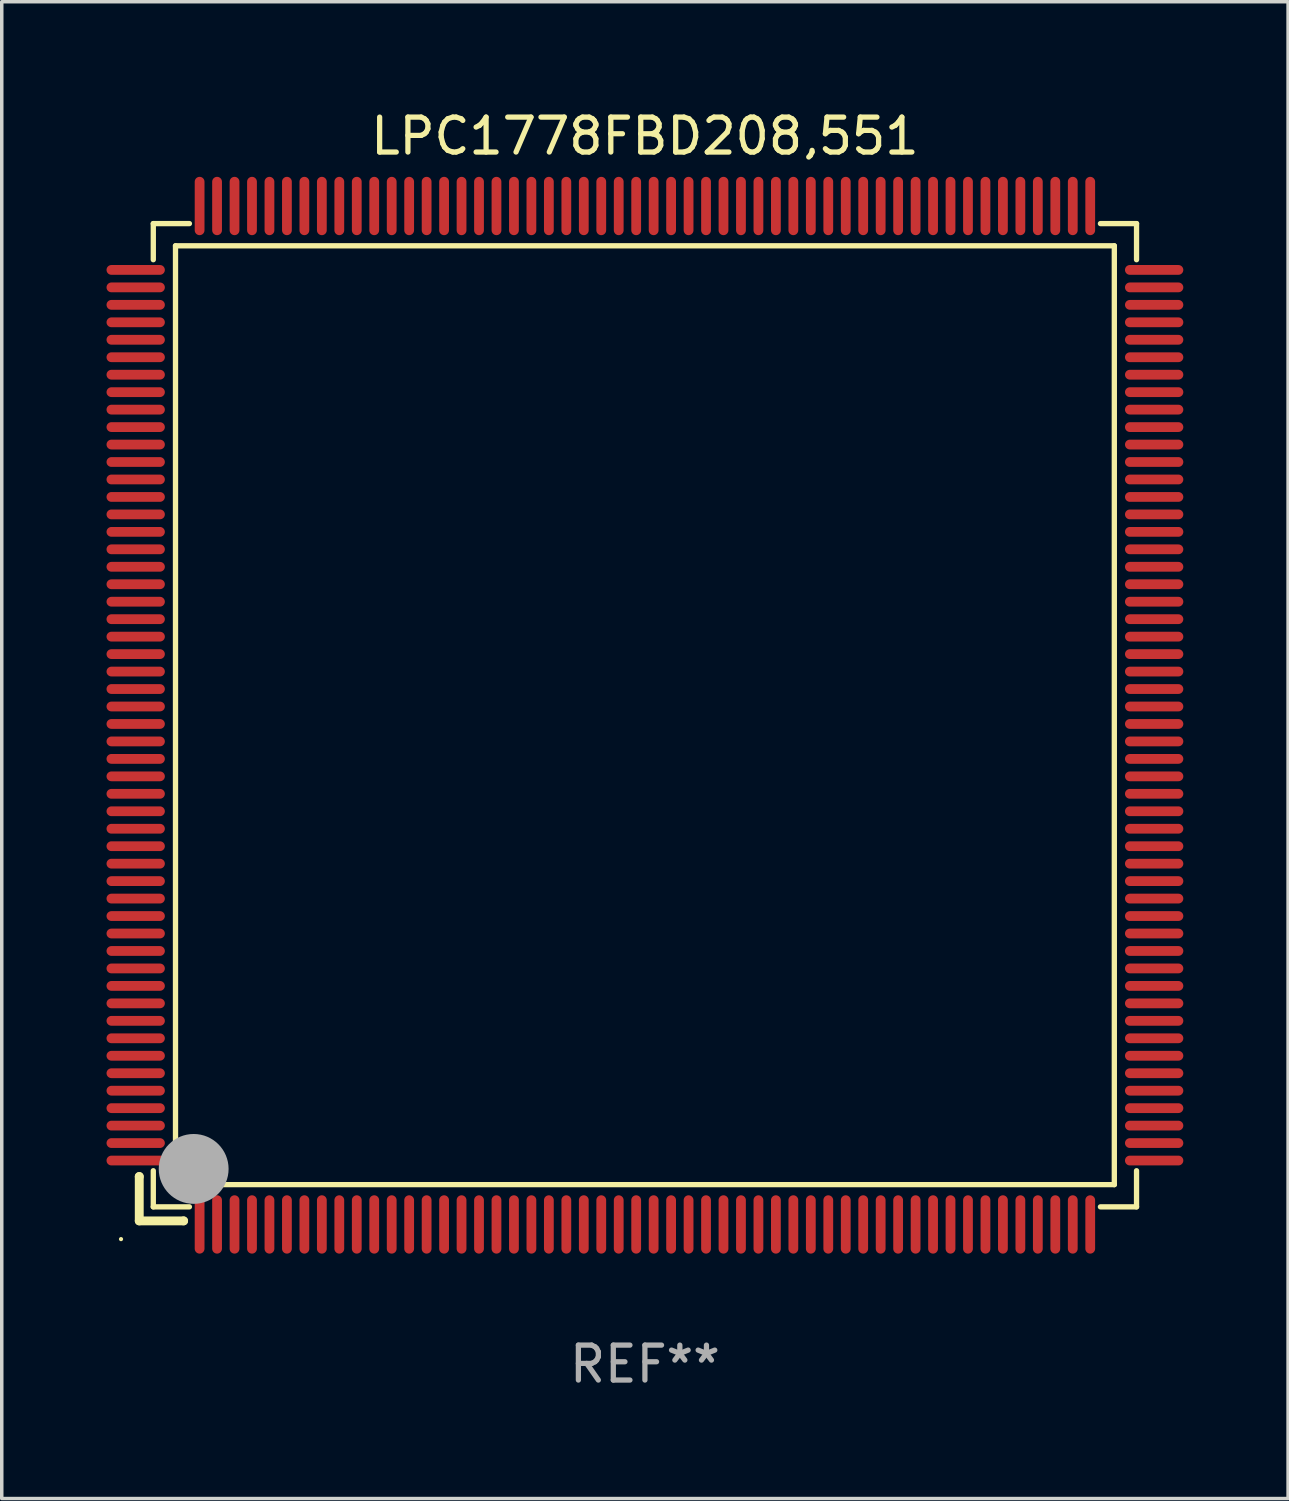
<source format=kicad_pcb>
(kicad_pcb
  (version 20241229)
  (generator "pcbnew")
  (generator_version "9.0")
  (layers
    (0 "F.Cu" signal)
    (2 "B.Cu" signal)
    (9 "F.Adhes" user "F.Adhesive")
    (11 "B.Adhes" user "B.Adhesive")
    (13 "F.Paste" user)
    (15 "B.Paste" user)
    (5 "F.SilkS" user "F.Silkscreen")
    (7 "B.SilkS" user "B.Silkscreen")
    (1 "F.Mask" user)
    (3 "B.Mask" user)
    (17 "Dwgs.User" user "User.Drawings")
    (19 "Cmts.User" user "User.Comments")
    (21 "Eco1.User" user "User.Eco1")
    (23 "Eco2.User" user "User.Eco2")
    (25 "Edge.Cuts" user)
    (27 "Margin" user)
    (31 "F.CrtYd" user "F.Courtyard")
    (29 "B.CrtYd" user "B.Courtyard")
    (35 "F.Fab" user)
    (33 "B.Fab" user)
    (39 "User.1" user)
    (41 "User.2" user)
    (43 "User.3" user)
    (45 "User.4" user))
  (footprint "LPC1778FBD208,551"
    (layer "F.Cu")
    (at 15.415 17.428)
    (property "Reference" "LPC1778FBD208,551" (at 0 -16.58 0) (layer "F.SilkS") (effects (font (size 1 1) (thickness 0.15))))
    (attr through_hole)
    (fp_line (start -14.478 13.208) (end -14.478 13.208) (stroke (width 0.254) (type solid)) (layer "F.SilkS"))
    (fp_line (start -14.478 13.208) (end -14.478 14.478) (stroke (width 0.254) (type solid)) (layer "F.SilkS"))
    (fp_line (start -14.478 14.478) (end -13.208 14.478) (stroke (width 0.254) (type solid)) (layer "F.SilkS"))
    (fp_line (start -14.076 -14.076) (end -14.076 -13.042) (stroke (width 0.152) (type solid)) (layer "F.SilkS"))
    (fp_line (start -14.076 14.076) (end -14.076 13.042) (stroke (width 0.152) (type solid)) (layer "F.SilkS"))
    (fp_line (start -13.44 -13.44) (end 13.44 -13.44) (stroke (width 0.152) (type solid)) (layer "F.SilkS"))
    (fp_line (start -13.44 13.44) (end -13.44 -13.44) (stroke (width 0.152) (type solid)) (layer "F.SilkS"))
    (fp_line (start -13.208 14.478) (end -13.208 14.478) (stroke (width 0.254) (type solid)) (layer "F.SilkS"))
    (fp_line (start -13.042 -14.076) (end -14.076 -14.076) (stroke (width 0.152) (type solid)) (layer "F.SilkS"))
    (fp_line (start -13.042 14.076) (end -14.076 14.076) (stroke (width 0.152) (type solid)) (layer "F.SilkS"))
    (fp_line (start 13.042 -14.076) (end 14.076 -14.076) (stroke (width 0.152) (type solid)) (layer "F.SilkS"))
    (fp_line (start 13.042 14.076) (end 14.076 14.076) (stroke (width 0.152) (type solid)) (layer "F.SilkS"))
    (fp_line (start 13.44 -13.44) (end 13.44 13.44) (stroke (width 0.152) (type solid)) (layer "F.SilkS"))
    (fp_line (start 13.44 13.44) (end -13.44 13.44) (stroke (width 0.152) (type solid)) (layer "F.SilkS"))
    (fp_line (start 14.076 -14.076) (end 14.076 -13.042) (stroke (width 0.152) (type solid)) (layer "F.SilkS"))
    (fp_line (start 14.076 14.076) (end 14.076 13.042) (stroke (width 0.152) (type solid)) (layer "F.SilkS"))
    (fp_circle (center -15 15) (end -14.97 15) (stroke (width 0.06) (type solid)) (fill no) (layer "F.SilkS"))
    (fp_circle (center -13.138 13.138) (end -13.063 13.138) (stroke (width 0.15) (type solid)) (fill no) (layer "F.SilkS"))
    (fp_circle (center -12.92 12.99) (end -12.42 12.99) (stroke (width 1) (type solid)) (fill no) (layer "F.Fab"))
    (fp_text user "REF**" (at 0 18.58 0) (layer "F.Fab") (effects (font (size 1 1) (thickness 0.15))))
    (pad "1" smd oval (at -12.75 14.58) (size 0.28 1.67) (layers "F.Cu" "F.Mask" "F.Paste"))
    (pad "2" smd oval (at -12.25 14.58) (size 0.28 1.67) (layers "F.Cu" "F.Mask" "F.Paste"))
    (pad "3" smd oval (at -11.75 14.58) (size 0.28 1.67) (layers "F.Cu" "F.Mask" "F.Paste"))
    (pad "4" smd oval (at -11.25 14.58) (size 0.28 1.67) (layers "F.Cu" "F.Mask" "F.Paste"))
    (pad "5" smd oval (at -10.75 14.58) (size 0.28 1.67) (layers "F.Cu" "F.Mask" "F.Paste"))
    (pad "6" smd oval (at -10.25 14.58) (size 0.28 1.67) (layers "F.Cu" "F.Mask" "F.Paste"))
    (pad "7" smd oval (at -9.75 14.58) (size 0.28 1.67) (layers "F.Cu" "F.Mask" "F.Paste"))
    (pad "8" smd oval (at -9.25 14.58) (size 0.28 1.67) (layers "F.Cu" "F.Mask" "F.Paste"))
    (pad "9" smd oval (at -8.75 14.58) (size 0.28 1.67) (layers "F.Cu" "F.Mask" "F.Paste"))
    (pad "10" smd oval (at -8.25 14.58) (size 0.28 1.67) (layers "F.Cu" "F.Mask" "F.Paste"))
    (pad "11" smd oval (at -7.75 14.58) (size 0.28 1.67) (layers "F.Cu" "F.Mask" "F.Paste"))
    (pad "12" smd oval (at -7.25 14.58) (size 0.28 1.67) (layers "F.Cu" "F.Mask" "F.Paste"))
    (pad "13" smd oval (at -6.75 14.58) (size 0.28 1.67) (layers "F.Cu" "F.Mask" "F.Paste"))
    (pad "14" smd oval (at -6.25 14.58) (size 0.28 1.67) (layers "F.Cu" "F.Mask" "F.Paste"))
    (pad "15" smd oval (at -5.75 14.58) (size 0.28 1.67) (layers "F.Cu" "F.Mask" "F.Paste"))
    (pad "16" smd oval (at -5.25 14.58) (size 0.28 1.67) (layers "F.Cu" "F.Mask" "F.Paste"))
    (pad "17" smd oval (at -4.75 14.58) (size 0.28 1.67) (layers "F.Cu" "F.Mask" "F.Paste"))
    (pad "18" smd oval (at -4.25 14.58) (size 0.28 1.67) (layers "F.Cu" "F.Mask" "F.Paste"))
    (pad "19" smd oval (at -3.75 14.58) (size 0.28 1.67) (layers "F.Cu" "F.Mask" "F.Paste"))
    (pad "20" smd oval (at -3.25 14.58) (size 0.28 1.67) (layers "F.Cu" "F.Mask" "F.Paste"))
    (pad "21" smd oval (at -2.75 14.58) (size 0.28 1.67) (layers "F.Cu" "F.Mask" "F.Paste"))
    (pad "22" smd oval (at -2.25 14.58) (size 0.28 1.67) (layers "F.Cu" "F.Mask" "F.Paste"))
    (pad "23" smd oval (at -1.75 14.58) (size 0.28 1.67) (layers "F.Cu" "F.Mask" "F.Paste"))
    (pad "24" smd oval (at -1.25 14.58) (size 0.28 1.67) (layers "F.Cu" "F.Mask" "F.Paste"))
    (pad "25" smd oval (at -0.75 14.58) (size 0.28 1.67) (layers "F.Cu" "F.Mask" "F.Paste"))
    (pad "26" smd oval (at -0.25 14.58) (size 0.28 1.67) (layers "F.Cu" "F.Mask" "F.Paste"))
    (pad "27" smd oval (at 0.25 14.58) (size 0.28 1.67) (layers "F.Cu" "F.Mask" "F.Paste"))
    (pad "28" smd oval (at 0.75 14.58) (size 0.28 1.67) (layers "F.Cu" "F.Mask" "F.Paste"))
    (pad "29" smd oval (at 1.25 14.58) (size 0.28 1.67) (layers "F.Cu" "F.Mask" "F.Paste"))
    (pad "30" smd oval (at 1.75 14.58) (size 0.28 1.67) (layers "F.Cu" "F.Mask" "F.Paste"))
    (pad "31" smd oval (at 2.25 14.58) (size 0.28 1.67) (layers "F.Cu" "F.Mask" "F.Paste"))
    (pad "32" smd oval (at 2.75 14.58) (size 0.28 1.67) (layers "F.Cu" "F.Mask" "F.Paste"))
    (pad "33" smd oval (at 3.25 14.58) (size 0.28 1.67) (layers "F.Cu" "F.Mask" "F.Paste"))
    (pad "34" smd oval (at 3.75 14.58) (size 0.28 1.67) (layers "F.Cu" "F.Mask" "F.Paste"))
    (pad "35" smd oval (at 4.25 14.58) (size 0.28 1.67) (layers "F.Cu" "F.Mask" "F.Paste"))
    (pad "36" smd oval (at 4.75 14.58) (size 0.28 1.67) (layers "F.Cu" "F.Mask" "F.Paste"))
    (pad "37" smd oval (at 5.25 14.58) (size 0.28 1.67) (layers "F.Cu" "F.Mask" "F.Paste"))
    (pad "38" smd oval (at 5.75 14.58) (size 0.28 1.67) (layers "F.Cu" "F.Mask" "F.Paste"))
    (pad "39" smd oval (at 6.25 14.58) (size 0.28 1.67) (layers "F.Cu" "F.Mask" "F.Paste"))
    (pad "40" smd oval (at 6.75 14.58) (size 0.28 1.67) (layers "F.Cu" "F.Mask" "F.Paste"))
    (pad "41" smd oval (at 7.25 14.58) (size 0.28 1.67) (layers "F.Cu" "F.Mask" "F.Paste"))
    (pad "42" smd oval (at 7.75 14.58) (size 0.28 1.67) (layers "F.Cu" "F.Mask" "F.Paste"))
    (pad "43" smd oval (at 8.25 14.58) (size 0.28 1.67) (layers "F.Cu" "F.Mask" "F.Paste"))
    (pad "44" smd oval (at 8.75 14.58) (size 0.28 1.67) (layers "F.Cu" "F.Mask" "F.Paste"))
    (pad "45" smd oval (at 9.25 14.58) (size 0.28 1.67) (layers "F.Cu" "F.Mask" "F.Paste"))
    (pad "46" smd oval (at 9.75 14.58) (size 0.28 1.67) (layers "F.Cu" "F.Mask" "F.Paste"))
    (pad "47" smd oval (at 10.25 14.58) (size 0.28 1.67) (layers "F.Cu" "F.Mask" "F.Paste"))
    (pad "48" smd oval (at 10.75 14.58) (size 0.28 1.67) (layers "F.Cu" "F.Mask" "F.Paste"))
    (pad "49" smd oval (at 11.25 14.58) (size 0.28 1.67) (layers "F.Cu" "F.Mask" "F.Paste"))
    (pad "50" smd oval (at 11.75 14.58) (size 0.28 1.67) (layers "F.Cu" "F.Mask" "F.Paste"))
    (pad "51" smd oval (at 12.25 14.58) (size 0.28 1.67) (layers "F.Cu" "F.Mask" "F.Paste"))
    (pad "52" smd oval (at 12.75 14.58) (size 0.28 1.67) (layers "F.Cu" "F.Mask" "F.Paste"))
    (pad "53" smd oval (at 14.58 12.75) (size 1.67 0.28) (layers "F.Cu" "F.Mask" "F.Paste"))
    (pad "54" smd oval (at 14.58 12.25) (size 1.67 0.28) (layers "F.Cu" "F.Mask" "F.Paste"))
    (pad "55" smd oval (at 14.58 11.75) (size 1.67 0.28) (layers "F.Cu" "F.Mask" "F.Paste"))
    (pad "56" smd oval (at 14.58 11.25) (size 1.67 0.28) (layers "F.Cu" "F.Mask" "F.Paste"))
    (pad "57" smd oval (at 14.58 10.75) (size 1.67 0.28) (layers "F.Cu" "F.Mask" "F.Paste"))
    (pad "58" smd oval (at 14.58 10.25) (size 1.67 0.28) (layers "F.Cu" "F.Mask" "F.Paste"))
    (pad "59" smd oval (at 14.58 9.75) (size 1.67 0.28) (layers "F.Cu" "F.Mask" "F.Paste"))
    (pad "60" smd oval (at 14.58 9.25) (size 1.67 0.28) (layers "F.Cu" "F.Mask" "F.Paste"))
    (pad "61" smd oval (at 14.58 8.75) (size 1.67 0.28) (layers "F.Cu" "F.Mask" "F.Paste"))
    (pad "62" smd oval (at 14.58 8.25) (size 1.67 0.28) (layers "F.Cu" "F.Mask" "F.Paste"))
    (pad "63" smd oval (at 14.58 7.75) (size 1.67 0.28) (layers "F.Cu" "F.Mask" "F.Paste"))
    (pad "64" smd oval (at 14.58 7.25) (size 1.67 0.28) (layers "F.Cu" "F.Mask" "F.Paste"))
    (pad "65" smd oval (at 14.58 6.75) (size 1.67 0.28) (layers "F.Cu" "F.Mask" "F.Paste"))
    (pad "66" smd oval (at 14.58 6.25) (size 1.67 0.28) (layers "F.Cu" "F.Mask" "F.Paste"))
    (pad "67" smd oval (at 14.58 5.75) (size 1.67 0.28) (layers "F.Cu" "F.Mask" "F.Paste"))
    (pad "68" smd oval (at 14.58 5.25) (size 1.67 0.28) (layers "F.Cu" "F.Mask" "F.Paste"))
    (pad "69" smd oval (at 14.58 4.75) (size 1.67 0.28) (layers "F.Cu" "F.Mask" "F.Paste"))
    (pad "70" smd oval (at 14.58 4.25) (size 1.67 0.28) (layers "F.Cu" "F.Mask" "F.Paste"))
    (pad "71" smd oval (at 14.58 3.75) (size 1.67 0.28) (layers "F.Cu" "F.Mask" "F.Paste"))
    (pad "72" smd oval (at 14.58 3.25) (size 1.67 0.28) (layers "F.Cu" "F.Mask" "F.Paste"))
    (pad "73" smd oval (at 14.58 2.75) (size 1.67 0.28) (layers "F.Cu" "F.Mask" "F.Paste"))
    (pad "74" smd oval (at 14.58 2.25) (size 1.67 0.28) (layers "F.Cu" "F.Mask" "F.Paste"))
    (pad "75" smd oval (at 14.58 1.75) (size 1.67 0.28) (layers "F.Cu" "F.Mask" "F.Paste"))
    (pad "76" smd oval (at 14.58 1.25) (size 1.67 0.28) (layers "F.Cu" "F.Mask" "F.Paste"))
    (pad "77" smd oval (at 14.58 0.75) (size 1.67 0.28) (layers "F.Cu" "F.Mask" "F.Paste"))
    (pad "78" smd oval (at 14.58 0.25) (size 1.67 0.28) (layers "F.Cu" "F.Mask" "F.Paste"))
    (pad "79" smd oval (at 14.58 -0.25) (size 1.67 0.28) (layers "F.Cu" "F.Mask" "F.Paste"))
    (pad "80" smd oval (at 14.58 -0.75) (size 1.67 0.28) (layers "F.Cu" "F.Mask" "F.Paste"))
    (pad "81" smd oval (at 14.58 -1.25) (size 1.67 0.28) (layers "F.Cu" "F.Mask" "F.Paste"))
    (pad "82" smd oval (at 14.58 -1.75) (size 1.67 0.28) (layers "F.Cu" "F.Mask" "F.Paste"))
    (pad "83" smd oval (at 14.58 -2.25) (size 1.67 0.28) (layers "F.Cu" "F.Mask" "F.Paste"))
    (pad "84" smd oval (at 14.58 -2.75) (size 1.67 0.28) (layers "F.Cu" "F.Mask" "F.Paste"))
    (pad "85" smd oval (at 14.58 -3.25) (size 1.67 0.28) (layers "F.Cu" "F.Mask" "F.Paste"))
    (pad "86" smd oval (at 14.58 -3.75) (size 1.67 0.28) (layers "F.Cu" "F.Mask" "F.Paste"))
    (pad "87" smd oval (at 14.58 -4.25) (size 1.67 0.28) (layers "F.Cu" "F.Mask" "F.Paste"))
    (pad "88" smd oval (at 14.58 -4.75) (size 1.67 0.28) (layers "F.Cu" "F.Mask" "F.Paste"))
    (pad "89" smd oval (at 14.58 -5.25) (size 1.67 0.28) (layers "F.Cu" "F.Mask" "F.Paste"))
    (pad "90" smd oval (at 14.58 -5.75) (size 1.67 0.28) (layers "F.Cu" "F.Mask" "F.Paste"))
    (pad "91" smd oval (at 14.58 -6.25) (size 1.67 0.28) (layers "F.Cu" "F.Mask" "F.Paste"))
    (pad "92" smd oval (at 14.58 -6.75) (size 1.67 0.28) (layers "F.Cu" "F.Mask" "F.Paste"))
    (pad "93" smd oval (at 14.58 -7.25) (size 1.67 0.28) (layers "F.Cu" "F.Mask" "F.Paste"))
    (pad "94" smd oval (at 14.58 -7.75) (size 1.67 0.28) (layers "F.Cu" "F.Mask" "F.Paste"))
    (pad "95" smd oval (at 14.58 -8.25) (size 1.67 0.28) (layers "F.Cu" "F.Mask" "F.Paste"))
    (pad "96" smd oval (at 14.58 -8.75) (size 1.67 0.28) (layers "F.Cu" "F.Mask" "F.Paste"))
    (pad "97" smd oval (at 14.58 -9.25) (size 1.67 0.28) (layers "F.Cu" "F.Mask" "F.Paste"))
    (pad "98" smd oval (at 14.58 -9.75) (size 1.67 0.28) (layers "F.Cu" "F.Mask" "F.Paste"))
    (pad "99" smd oval (at 14.58 -10.25) (size 1.67 0.28) (layers "F.Cu" "F.Mask" "F.Paste"))
    (pad "100" smd oval (at 14.58 -10.75) (size 1.67 0.28) (layers "F.Cu" "F.Mask" "F.Paste"))
    (pad "101" smd oval (at 14.58 -11.25) (size 1.67 0.28) (layers "F.Cu" "F.Mask" "F.Paste"))
    (pad "102" smd oval (at 14.58 -11.75) (size 1.67 0.28) (layers "F.Cu" "F.Mask" "F.Paste"))
    (pad "103" smd oval (at 14.58 -12.25) (size 1.67 0.28) (layers "F.Cu" "F.Mask" "F.Paste"))
    (pad "104" smd oval (at 14.58 -12.75) (size 1.67 0.28) (layers "F.Cu" "F.Mask" "F.Paste"))
    (pad "105" smd oval (at 12.75 -14.58) (size 0.28 1.67) (layers "F.Cu" "F.Mask" "F.Paste"))
    (pad "106" smd oval (at 12.25 -14.58) (size 0.28 1.67) (layers "F.Cu" "F.Mask" "F.Paste"))
    (pad "107" smd oval (at 11.75 -14.58) (size 0.28 1.67) (layers "F.Cu" "F.Mask" "F.Paste"))
    (pad "108" smd oval (at 11.25 -14.58) (size 0.28 1.67) (layers "F.Cu" "F.Mask" "F.Paste"))
    (pad "109" smd oval (at 10.75 -14.58) (size 0.28 1.67) (layers "F.Cu" "F.Mask" "F.Paste"))
    (pad "110" smd oval (at 10.25 -14.58) (size 0.28 1.67) (layers "F.Cu" "F.Mask" "F.Paste"))
    (pad "111" smd oval (at 9.75 -14.58) (size 0.28 1.67) (layers "F.Cu" "F.Mask" "F.Paste"))
    (pad "112" smd oval (at 9.25 -14.58) (size 0.28 1.67) (layers "F.Cu" "F.Mask" "F.Paste"))
    (pad "113" smd oval (at 8.75 -14.58) (size 0.28 1.67) (layers "F.Cu" "F.Mask" "F.Paste"))
    (pad "114" smd oval (at 8.25 -14.58) (size 0.28 1.67) (layers "F.Cu" "F.Mask" "F.Paste"))
    (pad "115" smd oval (at 7.75 -14.58) (size 0.28 1.67) (layers "F.Cu" "F.Mask" "F.Paste"))
    (pad "116" smd oval (at 7.25 -14.58) (size 0.28 1.67) (layers "F.Cu" "F.Mask" "F.Paste"))
    (pad "117" smd oval (at 6.75 -14.58) (size 0.28 1.67) (layers "F.Cu" "F.Mask" "F.Paste"))
    (pad "118" smd oval (at 6.25 -14.58) (size 0.28 1.67) (layers "F.Cu" "F.Mask" "F.Paste"))
    (pad "119" smd oval (at 5.75 -14.58) (size 0.28 1.67) (layers "F.Cu" "F.Mask" "F.Paste"))
    (pad "120" smd oval (at 5.25 -14.58) (size 0.28 1.67) (layers "F.Cu" "F.Mask" "F.Paste"))
    (pad "121" smd oval (at 4.75 -14.58) (size 0.28 1.67) (layers "F.Cu" "F.Mask" "F.Paste"))
    (pad "122" smd oval (at 4.25 -14.58) (size 0.28 1.67) (layers "F.Cu" "F.Mask" "F.Paste"))
    (pad "123" smd oval (at 3.75 -14.58) (size 0.28 1.67) (layers "F.Cu" "F.Mask" "F.Paste"))
    (pad "124" smd oval (at 3.25 -14.58) (size 0.28 1.67) (layers "F.Cu" "F.Mask" "F.Paste"))
    (pad "125" smd oval (at 2.75 -14.58) (size 0.28 1.67) (layers "F.Cu" "F.Mask" "F.Paste"))
    (pad "126" smd oval (at 2.25 -14.58) (size 0.28 1.67) (layers "F.Cu" "F.Mask" "F.Paste"))
    (pad "127" smd oval (at 1.75 -14.58) (size 0.28 1.67) (layers "F.Cu" "F.Mask" "F.Paste"))
    (pad "128" smd oval (at 1.25 -14.58) (size 0.28 1.67) (layers "F.Cu" "F.Mask" "F.Paste"))
    (pad "129" smd oval (at 0.75 -14.58) (size 0.28 1.67) (layers "F.Cu" "F.Mask" "F.Paste"))
    (pad "130" smd oval (at 0.25 -14.58) (size 0.28 1.67) (layers "F.Cu" "F.Mask" "F.Paste"))
    (pad "131" smd oval (at -0.25 -14.58) (size 0.28 1.67) (layers "F.Cu" "F.Mask" "F.Paste"))
    (pad "132" smd oval (at -0.75 -14.58) (size 0.28 1.67) (layers "F.Cu" "F.Mask" "F.Paste"))
    (pad "133" smd oval (at -1.25 -14.58) (size 0.28 1.67) (layers "F.Cu" "F.Mask" "F.Paste"))
    (pad "134" smd oval (at -1.75 -14.58) (size 0.28 1.67) (layers "F.Cu" "F.Mask" "F.Paste"))
    (pad "135" smd oval (at -2.25 -14.58) (size 0.28 1.67) (layers "F.Cu" "F.Mask" "F.Paste"))
    (pad "136" smd oval (at -2.75 -14.58) (size 0.28 1.67) (layers "F.Cu" "F.Mask" "F.Paste"))
    (pad "137" smd oval (at -3.25 -14.58) (size 0.28 1.67) (layers "F.Cu" "F.Mask" "F.Paste"))
    (pad "138" smd oval (at -3.75 -14.58) (size 0.28 1.67) (layers "F.Cu" "F.Mask" "F.Paste"))
    (pad "139" smd oval (at -4.25 -14.58) (size 0.28 1.67) (layers "F.Cu" "F.Mask" "F.Paste"))
    (pad "140" smd oval (at -4.75 -14.58) (size 0.28 1.67) (layers "F.Cu" "F.Mask" "F.Paste"))
    (pad "141" smd oval (at -5.25 -14.58) (size 0.28 1.67) (layers "F.Cu" "F.Mask" "F.Paste"))
    (pad "142" smd oval (at -5.75 -14.58) (size 0.28 1.67) (layers "F.Cu" "F.Mask" "F.Paste"))
    (pad "143" smd oval (at -6.25 -14.58) (size 0.28 1.67) (layers "F.Cu" "F.Mask" "F.Paste"))
    (pad "144" smd oval (at -6.75 -14.58) (size 0.28 1.67) (layers "F.Cu" "F.Mask" "F.Paste"))
    (pad "145" smd oval (at -7.25 -14.58) (size 0.28 1.67) (layers "F.Cu" "F.Mask" "F.Paste"))
    (pad "146" smd oval (at -7.75 -14.58) (size 0.28 1.67) (layers "F.Cu" "F.Mask" "F.Paste"))
    (pad "147" smd oval (at -8.25 -14.58) (size 0.28 1.67) (layers "F.Cu" "F.Mask" "F.Paste"))
    (pad "148" smd oval (at -8.75 -14.58) (size 0.28 1.67) (layers "F.Cu" "F.Mask" "F.Paste"))
    (pad "149" smd oval (at -9.25 -14.58) (size 0.28 1.67) (layers "F.Cu" "F.Mask" "F.Paste"))
    (pad "150" smd oval (at -9.75 -14.58) (size 0.28 1.67) (layers "F.Cu" "F.Mask" "F.Paste"))
    (pad "151" smd oval (at -10.25 -14.58) (size 0.28 1.67) (layers "F.Cu" "F.Mask" "F.Paste"))
    (pad "152" smd oval (at -10.75 -14.58) (size 0.28 1.67) (layers "F.Cu" "F.Mask" "F.Paste"))
    (pad "153" smd oval (at -11.25 -14.58) (size 0.28 1.67) (layers "F.Cu" "F.Mask" "F.Paste"))
    (pad "154" smd oval (at -11.75 -14.58) (size 0.28 1.67) (layers "F.Cu" "F.Mask" "F.Paste"))
    (pad "155" smd oval (at -12.25 -14.58) (size 0.28 1.67) (layers "F.Cu" "F.Mask" "F.Paste"))
    (pad "156" smd oval (at -12.75 -14.58) (size 0.28 1.67) (layers "F.Cu" "F.Mask" "F.Paste"))
    (pad "157" smd oval (at -14.58 -12.75) (size 1.67 0.28) (layers "F.Cu" "F.Mask" "F.Paste"))
    (pad "158" smd oval (at -14.58 -12.25) (size 1.67 0.28) (layers "F.Cu" "F.Mask" "F.Paste"))
    (pad "159" smd oval (at -14.58 -11.75) (size 1.67 0.28) (layers "F.Cu" "F.Mask" "F.Paste"))
    (pad "160" smd oval (at -14.58 -11.25) (size 1.67 0.28) (layers "F.Cu" "F.Mask" "F.Paste"))
    (pad "161" smd oval (at -14.58 -10.75) (size 1.67 0.28) (layers "F.Cu" "F.Mask" "F.Paste"))
    (pad "162" smd oval (at -14.58 -10.25) (size 1.67 0.28) (layers "F.Cu" "F.Mask" "F.Paste"))
    (pad "163" smd oval (at -14.58 -9.75) (size 1.67 0.28) (layers "F.Cu" "F.Mask" "F.Paste"))
    (pad "164" smd oval (at -14.58 -9.25) (size 1.67 0.28) (layers "F.Cu" "F.Mask" "F.Paste"))
    (pad "165" smd oval (at -14.58 -8.75) (size 1.67 0.28) (layers "F.Cu" "F.Mask" "F.Paste"))
    (pad "166" smd oval (at -14.58 -8.25) (size 1.67 0.28) (layers "F.Cu" "F.Mask" "F.Paste"))
    (pad "167" smd oval (at -14.58 -7.75) (size 1.67 0.28) (layers "F.Cu" "F.Mask" "F.Paste"))
    (pad "168" smd oval (at -14.58 -7.25) (size 1.67 0.28) (layers "F.Cu" "F.Mask" "F.Paste"))
    (pad "169" smd oval (at -14.58 -6.75) (size 1.67 0.28) (layers "F.Cu" "F.Mask" "F.Paste"))
    (pad "170" smd oval (at -14.58 -6.25) (size 1.67 0.28) (layers "F.Cu" "F.Mask" "F.Paste"))
    (pad "171" smd oval (at -14.58 -5.75) (size 1.67 0.28) (layers "F.Cu" "F.Mask" "F.Paste"))
    (pad "172" smd oval (at -14.58 -5.25) (size 1.67 0.28) (layers "F.Cu" "F.Mask" "F.Paste"))
    (pad "173" smd oval (at -14.58 -4.75) (size 1.67 0.28) (layers "F.Cu" "F.Mask" "F.Paste"))
    (pad "174" smd oval (at -14.58 -4.25) (size 1.67 0.28) (layers "F.Cu" "F.Mask" "F.Paste"))
    (pad "175" smd oval (at -14.58 -3.75) (size 1.67 0.28) (layers "F.Cu" "F.Mask" "F.Paste"))
    (pad "176" smd oval (at -14.58 -3.25) (size 1.67 0.28) (layers "F.Cu" "F.Mask" "F.Paste"))
    (pad "177" smd oval (at -14.58 -2.75) (size 1.67 0.28) (layers "F.Cu" "F.Mask" "F.Paste"))
    (pad "178" smd oval (at -14.58 -2.25) (size 1.67 0.28) (layers "F.Cu" "F.Mask" "F.Paste"))
    (pad "179" smd oval (at -14.58 -1.75) (size 1.67 0.28) (layers "F.Cu" "F.Mask" "F.Paste"))
    (pad "180" smd oval (at -14.58 -1.25) (size 1.67 0.28) (layers "F.Cu" "F.Mask" "F.Paste"))
    (pad "181" smd oval (at -14.58 -0.75) (size 1.67 0.28) (layers "F.Cu" "F.Mask" "F.Paste"))
    (pad "182" smd oval (at -14.58 -0.25) (size 1.67 0.28) (layers "F.Cu" "F.Mask" "F.Paste"))
    (pad "183" smd oval (at -14.58 0.25) (size 1.67 0.28) (layers "F.Cu" "F.Mask" "F.Paste"))
    (pad "184" smd oval (at -14.58 0.75) (size 1.67 0.28) (layers "F.Cu" "F.Mask" "F.Paste"))
    (pad "185" smd oval (at -14.58 1.25) (size 1.67 0.28) (layers "F.Cu" "F.Mask" "F.Paste"))
    (pad "186" smd oval (at -14.58 1.75) (size 1.67 0.28) (layers "F.Cu" "F.Mask" "F.Paste"))
    (pad "187" smd oval (at -14.58 2.25) (size 1.67 0.28) (layers "F.Cu" "F.Mask" "F.Paste"))
    (pad "188" smd oval (at -14.58 2.75) (size 1.67 0.28) (layers "F.Cu" "F.Mask" "F.Paste"))
    (pad "189" smd oval (at -14.58 3.25) (size 1.67 0.28) (layers "F.Cu" "F.Mask" "F.Paste"))
    (pad "190" smd oval (at -14.58 3.75) (size 1.67 0.28) (layers "F.Cu" "F.Mask" "F.Paste"))
    (pad "191" smd oval (at -14.58 4.25) (size 1.67 0.28) (layers "F.Cu" "F.Mask" "F.Paste"))
    (pad "192" smd oval (at -14.58 4.75) (size 1.67 0.28) (layers "F.Cu" "F.Mask" "F.Paste"))
    (pad "193" smd oval (at -14.58 5.25) (size 1.67 0.28) (layers "F.Cu" "F.Mask" "F.Paste"))
    (pad "194" smd oval (at -14.58 5.75) (size 1.67 0.28) (layers "F.Cu" "F.Mask" "F.Paste"))
    (pad "195" smd oval (at -14.58 6.25) (size 1.67 0.28) (layers "F.Cu" "F.Mask" "F.Paste"))
    (pad "196" smd oval (at -14.58 6.75) (size 1.67 0.28) (layers "F.Cu" "F.Mask" "F.Paste"))
    (pad "197" smd oval (at -14.58 7.25) (size 1.67 0.28) (layers "F.Cu" "F.Mask" "F.Paste"))
    (pad "198" smd oval (at -14.58 7.75) (size 1.67 0.28) (layers "F.Cu" "F.Mask" "F.Paste"))
    (pad "199" smd oval (at -14.58 8.25) (size 1.67 0.28) (layers "F.Cu" "F.Mask" "F.Paste"))
    (pad "200" smd oval (at -14.58 8.75) (size 1.67 0.28) (layers "F.Cu" "F.Mask" "F.Paste"))
    (pad "201" smd oval (at -14.58 9.25) (size 1.67 0.28) (layers "F.Cu" "F.Mask" "F.Paste"))
    (pad "202" smd oval (at -14.58 9.75) (size 1.67 0.28) (layers "F.Cu" "F.Mask" "F.Paste"))
    (pad "203" smd oval (at -14.58 10.25) (size 1.67 0.28) (layers "F.Cu" "F.Mask" "F.Paste"))
    (pad "204" smd oval (at -14.58 10.75) (size 1.67 0.28) (layers "F.Cu" "F.Mask" "F.Paste"))
    (pad "205" smd oval (at -14.58 11.25) (size 1.67 0.28) (layers "F.Cu" "F.Mask" "F.Paste"))
    (pad "206" smd oval (at -14.58 11.75) (size 1.67 0.28) (layers "F.Cu" "F.Mask" "F.Paste"))
    (pad "207" smd oval (at -14.58 12.25) (size 1.67 0.28) (layers "F.Cu" "F.Mask" "F.Paste"))
    (pad "208" smd oval (at -14.58 12.75) (size 1.67 0.28) (layers "F.Cu" "F.Mask" "F.Paste")))
  (gr_rect
    (start -3 -3)
    (end 33.83 39.856)
    (stroke (width 0.1) (type default))
    (fill no)
    (layer "Edge.Cuts")))
</source>
